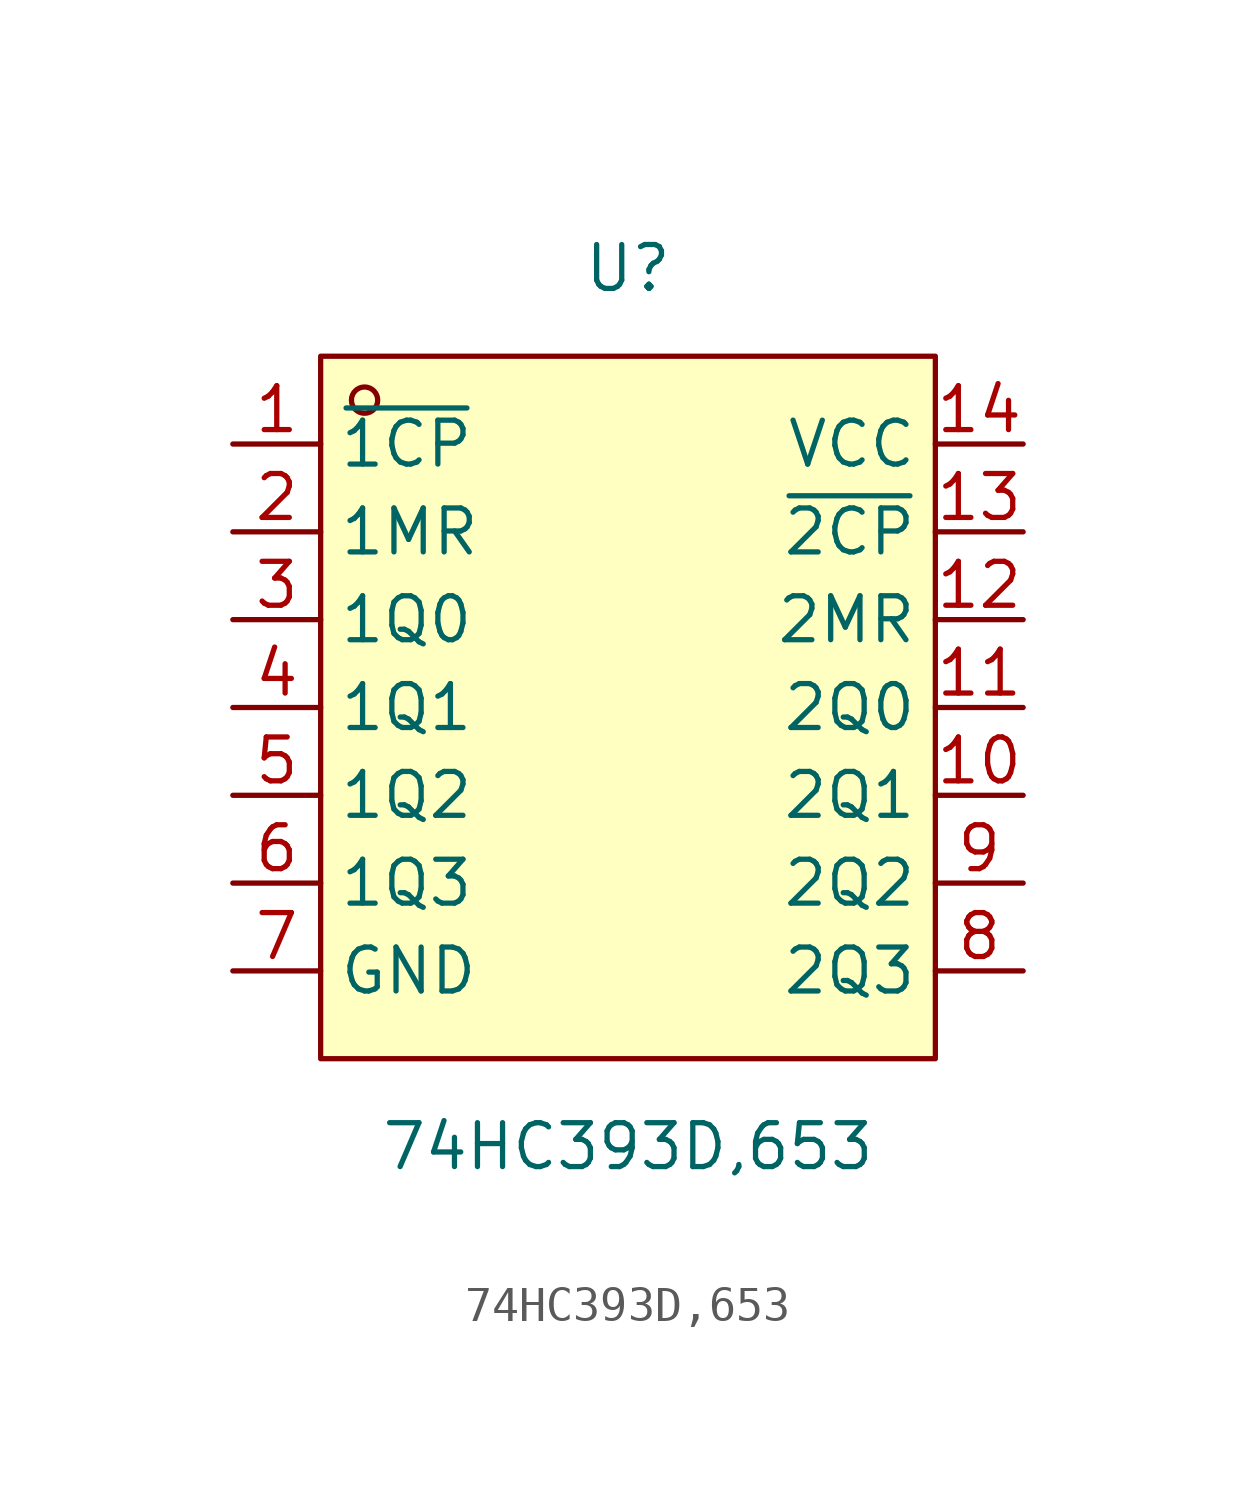
<source format=kicad_sym>
(kicad_symbol_lib
  (version 20211014)
  (generator https://github.com/uPesy/easyeda2kicad.py)
  (symbol "74HC393D,653"
    (property "Reference" "U"
      (at 0 12.70 0)
      (effects (font (size 1.27 1.27))))
    (property "Value" "74HC393D,653"
      (at 0 -12.70 0)
      (effects (font (size 1.27 1.27))))
    (symbol "74HC393D,653_0_1"
      (rectangle (start -8.89 10.16) (end 8.89 -10.16) (stroke (width 0) (type default) (color 0 0 0 0)) (fill (type background)))
      (circle (center -7.62 8.89) (radius 0.38) (stroke (width 0) (type default) (color 0 0 0 0)) (fill (type none)))
      (pin unspecified line (at -11.43 7.62 0) (length 2.54) (name "~{1CP}" (effects (font (size 1.27 1.27)))) (number "1" (effects (font (size 1.27 1.27)))))
      (pin unspecified line (at -11.43 5.08 0) (length 2.54) (name "1MR" (effects (font (size 1.27 1.27)))) (number "2" (effects (font (size 1.27 1.27)))))
      (pin unspecified line (at -11.43 2.54 0) (length 2.54) (name "1Q0" (effects (font (size 1.27 1.27)))) (number "3" (effects (font (size 1.27 1.27)))))
      (pin unspecified line (at -11.43 -0.00 0) (length 2.54) (name "1Q1" (effects (font (size 1.27 1.27)))) (number "4" (effects (font (size 1.27 1.27)))))
      (pin unspecified line (at -11.43 -2.54 0) (length 2.54) (name "1Q2" (effects (font (size 1.27 1.27)))) (number "5" (effects (font (size 1.27 1.27)))))
      (pin unspecified line (at -11.43 -5.08 0) (length 2.54) (name "1Q3" (effects (font (size 1.27 1.27)))) (number "6" (effects (font (size 1.27 1.27)))))
      (pin unspecified line (at -11.43 -7.62 0) (length 2.54) (name "GND" (effects (font (size 1.27 1.27)))) (number "7" (effects (font (size 1.27 1.27)))))
      (pin unspecified line (at 11.43 -7.62 180) (length 2.54) (name "2Q3" (effects (font (size 1.27 1.27)))) (number "8" (effects (font (size 1.27 1.27)))))
      (pin unspecified line (at 11.43 -5.08 180) (length 2.54) (name "2Q2" (effects (font (size 1.27 1.27)))) (number "9" (effects (font (size 1.27 1.27)))))
      (pin unspecified line (at 11.43 -2.54 180) (length 2.54) (name "2Q1" (effects (font (size 1.27 1.27)))) (number "10" (effects (font (size 1.27 1.27)))))
      (pin unspecified line (at 11.43 -0.00 180) (length 2.54) (name "2Q0" (effects (font (size 1.27 1.27)))) (number "11" (effects (font (size 1.27 1.27)))))
      (pin unspecified line (at 11.43 2.54 180) (length 2.54) (name "2MR" (effects (font (size 1.27 1.27)))) (number "12" (effects (font (size 1.27 1.27)))))
      (pin unspecified line (at 11.43 5.08 180) (length 2.54) (name "~{2CP}" (effects (font (size 1.27 1.27)))) (number "13" (effects (font (size 1.27 1.27)))))
      (pin unspecified line (at 11.43 7.62 180) (length 2.54) (name "VCC" (effects (font (size 1.27 1.27)))) (number "14" (effects (font (size 1.27 1.27))))))))
</source>
